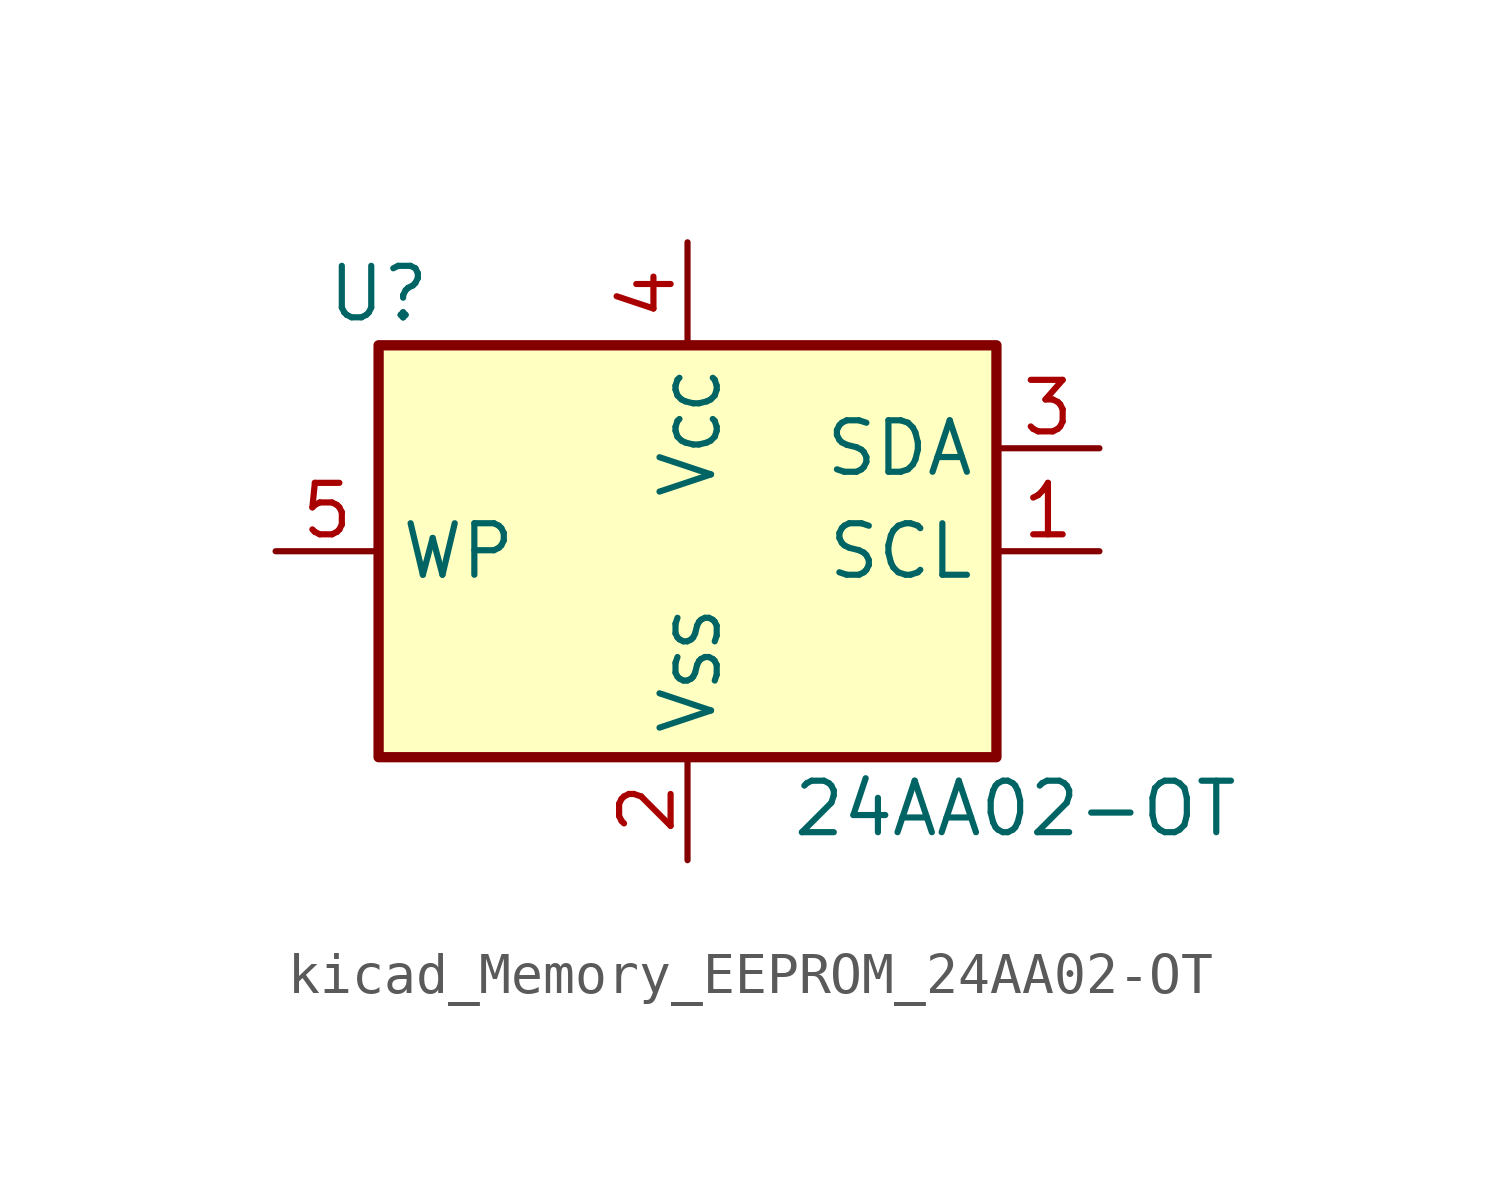
<source format=kicad_sym>
(kicad_symbol_lib
  (version 20220914)
  (generator kicad_symbol_editor)
  (symbol "kicad_Memory_EEPROM_24AA02-OT"
    (property "Reference" "U"
      (at -7.62 6.35 0)
      (effects (font (size 1.27 1.27))))
    (property "Value" "24AA02-OT"
      (at 2.54 -6.35 0)
      (effects (font (size 1.27 1.27)) (justify left)))
    (symbol "kicad_Memory_EEPROM_24AA02-OT_1_1"
      (rectangle (start -7.62 5.08) (end 7.62 -5.08) (stroke (width 0.254) (type default)) (fill (type background)))
      (pin input line (at 10.16 0 180) (length 2.54) (name "SCL" (effects (font (size 1.27 1.27)))) (number "1" (effects (font (size 1.27 1.27)))))
      (pin power_in line (at 0 -7.62 90) (length 2.54) (name "V_{SS}" (effects (font (size 1.27 1.27)))) (number "2" (effects (font (size 1.27 1.27)))))
      (pin bidirectional line (at 10.16 2.54 180) (length 2.54) (name "SDA" (effects (font (size 1.27 1.27)))) (number "3" (effects (font (size 1.27 1.27)))))
      (pin power_in line (at 0 7.62 270) (length 2.54) (name "V_{CC}" (effects (font (size 1.27 1.27)))) (number "4" (effects (font (size 1.27 1.27)))))
      (pin input line (at -10.16 0 0) (length 2.54) (name "WP" (effects (font (size 1.27 1.27)))) (number "5" (effects (font (size 1.27 1.27))))))))
</source>
